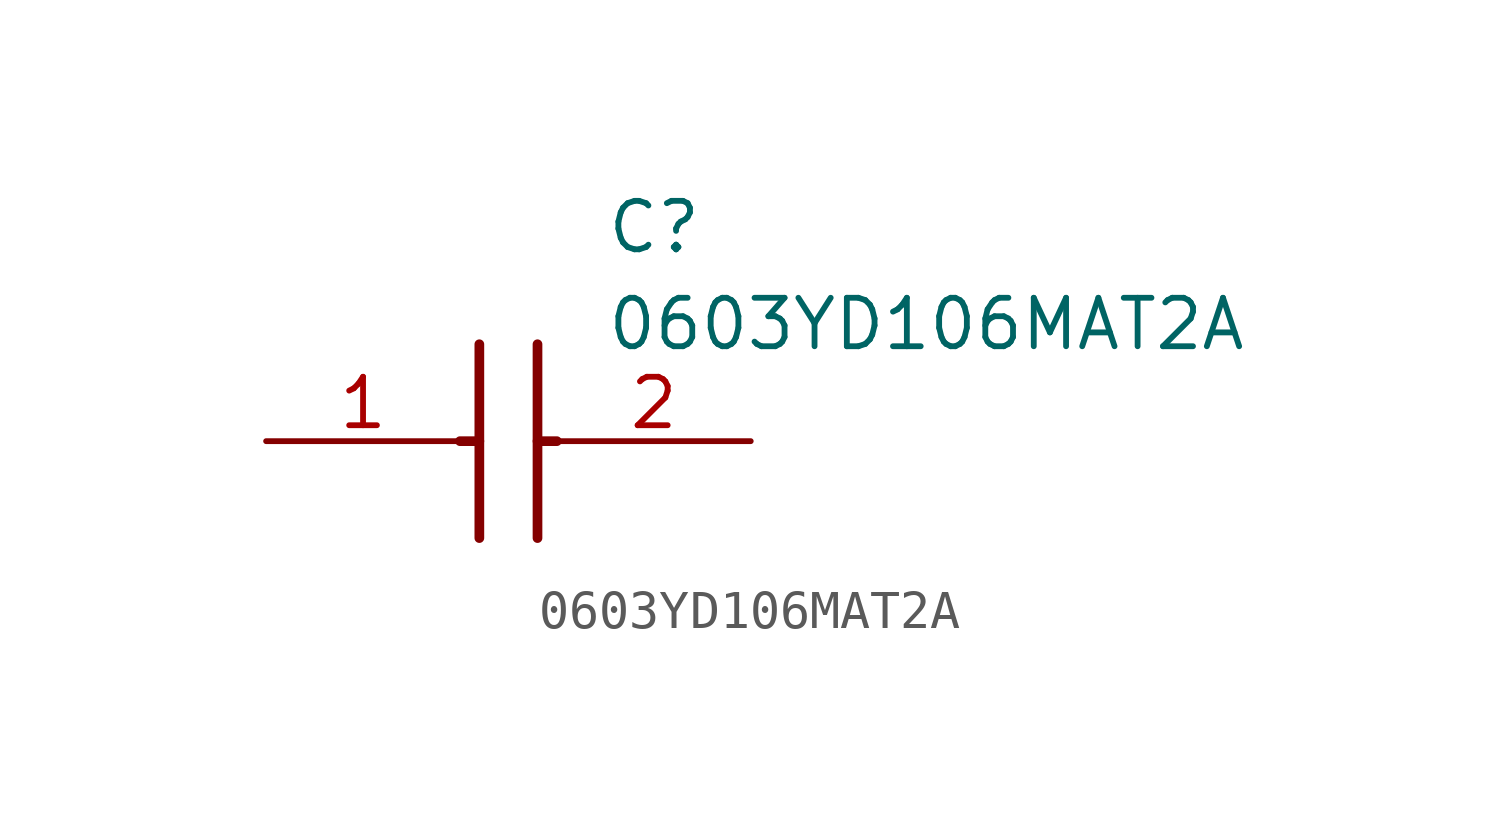
<source format=kicad_sym>
(kicad_symbol_lib
  (version 20211014)
  (generator SamacSys_ECAD_Model)
  (symbol "0603YD106MAT2A"
    (pin_names hide)
    (property "Reference" "C"
      (at 8.89 6.35 0)
      (effects (font (size 1.27 1.27)) (justify left top)))
    (property "Value" "0603YD106MAT2A"
      (at 8.89 3.81 0)
      (effects (font (size 1.27 1.27)) (justify left top)))
    (polyline
      (pts (xy 5.588 2.54) (xy 5.588 -2.54))
      (stroke (width 0.254) (type default))
      (fill (type none)))
    (polyline
      (pts (xy 7.112 2.54) (xy 7.112 -2.54))
      (stroke (width 0.254) (type default))
      (fill (type none)))
    (polyline
      (pts (xy 5.08 0) (xy 5.588 0))
      (stroke (width 0.254) (type default))
      (fill (type none)))
    (polyline
      (pts (xy 7.112 0) (xy 7.62 0))
      (stroke (width 0.254) (type default))
      (fill (type none)))
    (pin passive line
      (at 0 0 0)
      (length 5.08)
      (name "1" (effects (font (size 1.27 1.27))))
      (number "1" (effects (font (size 1.27 1.27)))))
    (pin passive line
      (at 12.7 0 180)
      (length 5.08)
      (name "2" (effects (font (size 1.27 1.27))))
      (number "2" (effects (font (size 1.27 1.27)))))))
</source>
